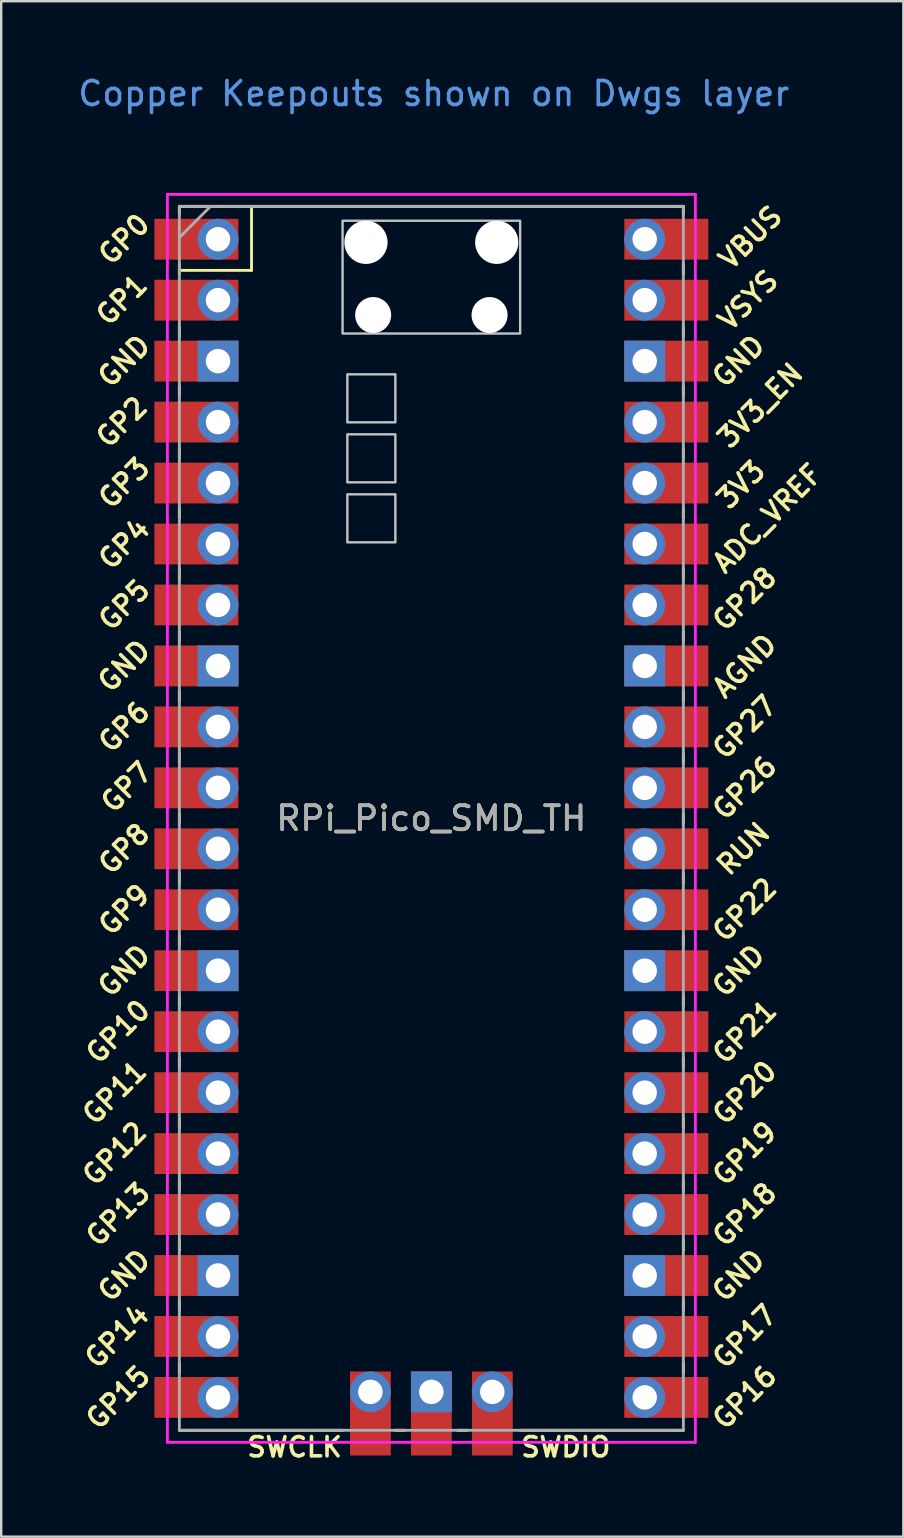
<source format=kicad_pcb>
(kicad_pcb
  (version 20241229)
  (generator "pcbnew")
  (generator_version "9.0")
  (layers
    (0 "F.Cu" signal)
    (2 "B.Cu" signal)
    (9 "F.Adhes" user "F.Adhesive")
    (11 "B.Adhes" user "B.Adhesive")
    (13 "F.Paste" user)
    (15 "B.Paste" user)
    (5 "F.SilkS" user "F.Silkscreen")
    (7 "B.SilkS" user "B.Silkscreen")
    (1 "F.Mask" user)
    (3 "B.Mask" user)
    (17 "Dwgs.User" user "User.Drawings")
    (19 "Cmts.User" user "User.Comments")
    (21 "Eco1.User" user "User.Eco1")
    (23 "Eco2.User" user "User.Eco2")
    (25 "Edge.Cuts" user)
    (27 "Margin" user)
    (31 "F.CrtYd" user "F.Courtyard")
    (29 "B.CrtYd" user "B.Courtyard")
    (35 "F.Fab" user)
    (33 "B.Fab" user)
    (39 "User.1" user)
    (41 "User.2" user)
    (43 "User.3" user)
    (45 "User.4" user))
  (footprint "RPi_Pico_SMD_TH"
    (layer "F.Cu")
    (at 14.924 31.048)
    (property "Reference" "RPi_Pico_SMD_TH" (at 0 0 0) (layer "F.SilkS") (effects (font (size 1 1) (thickness 0.15))))
    (attr through_hole)
    (fp_line (start -10.5 -25.5) (end -10.5 -25.2) (stroke (width 0.12) (type solid)) (layer "F.SilkS"))
    (fp_line (start -10.5 -25.5) (end 10.5 -25.5) (stroke (width 0.12) (type solid)) (layer "F.SilkS"))
    (fp_line (start -10.5 -23.1) (end -10.5 -22.7) (stroke (width 0.12) (type solid)) (layer "F.SilkS"))
    (fp_line (start -10.5 -22.833) (end -7.493 -22.833) (stroke (width 0.12) (type solid)) (layer "F.SilkS"))
    (fp_line (start -10.5 -20.5) (end -10.5 -20.1) (stroke (width 0.12) (type solid)) (layer "F.SilkS"))
    (fp_line (start -10.5 -18) (end -10.5 -17.6) (stroke (width 0.12) (type solid)) (layer "F.SilkS"))
    (fp_line (start -10.5 -15.4) (end -10.5 -15) (stroke (width 0.12) (type solid)) (layer "F.SilkS"))
    (fp_line (start -10.5 -12.9) (end -10.5 -12.5) (stroke (width 0.12) (type solid)) (layer "F.SilkS"))
    (fp_line (start -10.5 -10.4) (end -10.5 -10) (stroke (width 0.12) (type solid)) (layer "F.SilkS"))
    (fp_line (start -10.5 -7.8) (end -10.5 -7.4) (stroke (width 0.12) (type solid)) (layer "F.SilkS"))
    (fp_line (start -10.5 -5.3) (end -10.5 -4.9) (stroke (width 0.12) (type solid)) (layer "F.SilkS"))
    (fp_line (start -10.5 -2.7) (end -10.5 -2.3) (stroke (width 0.12) (type solid)) (layer "F.SilkS"))
    (fp_line (start -10.5 -0.2) (end -10.5 0.2) (stroke (width 0.12) (type solid)) (layer "F.SilkS"))
    (fp_line (start -10.5 2.3) (end -10.5 2.7) (stroke (width 0.12) (type solid)) (layer "F.SilkS"))
    (fp_line (start -10.5 4.9) (end -10.5 5.3) (stroke (width 0.12) (type solid)) (layer "F.SilkS"))
    (fp_line (start -10.5 7.4) (end -10.5 7.8) (stroke (width 0.12) (type solid)) (layer "F.SilkS"))
    (fp_line (start -10.5 10) (end -10.5 10.4) (stroke (width 0.12) (type solid)) (layer "F.SilkS"))
    (fp_line (start -10.5 12.5) (end -10.5 12.9) (stroke (width 0.12) (type solid)) (layer "F.SilkS"))
    (fp_line (start -10.5 15.1) (end -10.5 15.5) (stroke (width 0.12) (type solid)) (layer "F.SilkS"))
    (fp_line (start -10.5 17.6) (end -10.5 18) (stroke (width 0.12) (type solid)) (layer "F.SilkS"))
    (fp_line (start -10.5 20.1) (end -10.5 20.5) (stroke (width 0.12) (type solid)) (layer "F.SilkS"))
    (fp_line (start -10.5 22.7) (end -10.5 23.1) (stroke (width 0.12) (type solid)) (layer "F.SilkS"))
    (fp_line (start -7.493 -22.833) (end -7.493 -25.5) (stroke (width 0.12) (type solid)) (layer "F.SilkS"))
    (fp_line (start -3.7 25.5) (end -10.5 25.5) (stroke (width 0.12) (type solid)) (layer "F.SilkS"))
    (fp_line (start -1.5 25.5) (end -1.1 25.5) (stroke (width 0.12) (type solid)) (layer "F.SilkS"))
    (fp_line (start 1.1 25.5) (end 1.5 25.5) (stroke (width 0.12) (type solid)) (layer "F.SilkS"))
    (fp_line (start 10.5 -25.5) (end 10.5 -25.2) (stroke (width 0.12) (type solid)) (layer "F.SilkS"))
    (fp_line (start 10.5 -23.1) (end 10.5 -22.7) (stroke (width 0.12) (type solid)) (layer "F.SilkS"))
    (fp_line (start 10.5 -20.5) (end 10.5 -20.1) (stroke (width 0.12) (type solid)) (layer "F.SilkS"))
    (fp_line (start 10.5 -18) (end 10.5 -17.6) (stroke (width 0.12) (type solid)) (layer "F.SilkS"))
    (fp_line (start 10.5 -15.4) (end 10.5 -15) (stroke (width 0.12) (type solid)) (layer "F.SilkS"))
    (fp_line (start 10.5 -12.9) (end 10.5 -12.5) (stroke (width 0.12) (type solid)) (layer "F.SilkS"))
    (fp_line (start 10.5 -10.4) (end 10.5 -10) (stroke (width 0.12) (type solid)) (layer "F.SilkS"))
    (fp_line (start 10.5 -7.8) (end 10.5 -7.4) (stroke (width 0.12) (type solid)) (layer "F.SilkS"))
    (fp_line (start 10.5 -5.3) (end 10.5 -4.9) (stroke (width 0.12) (type solid)) (layer "F.SilkS"))
    (fp_line (start 10.5 -2.7) (end 10.5 -2.3) (stroke (width 0.12) (type solid)) (layer "F.SilkS"))
    (fp_line (start 10.5 -0.2) (end 10.5 0.2) (stroke (width 0.12) (type solid)) (layer "F.SilkS"))
    (fp_line (start 10.5 2.3) (end 10.5 2.7) (stroke (width 0.12) (type solid)) (layer "F.SilkS"))
    (fp_line (start 10.5 4.9) (end 10.5 5.3) (stroke (width 0.12) (type solid)) (layer "F.SilkS"))
    (fp_line (start 10.5 7.4) (end 10.5 7.8) (stroke (width 0.12) (type solid)) (layer "F.SilkS"))
    (fp_line (start 10.5 10) (end 10.5 10.4) (stroke (width 0.12) (type solid)) (layer "F.SilkS"))
    (fp_line (start 10.5 12.5) (end 10.5 12.9) (stroke (width 0.12) (type solid)) (layer "F.SilkS"))
    (fp_line (start 10.5 15.1) (end 10.5 15.5) (stroke (width 0.12) (type solid)) (layer "F.SilkS"))
    (fp_line (start 10.5 17.6) (end 10.5 18) (stroke (width 0.12) (type solid)) (layer "F.SilkS"))
    (fp_line (start 10.5 20.1) (end 10.5 20.5) (stroke (width 0.12) (type solid)) (layer "F.SilkS"))
    (fp_line (start 10.5 22.7) (end 10.5 23.1) (stroke (width 0.12) (type solid)) (layer "F.SilkS"))
    (fp_line (start 10.5 25.5) (end 3.7 25.5) (stroke (width 0.12) (type solid)) (layer "F.SilkS"))
    (fp_poly (pts (xy -1.5 -16.5) (xy -3.5 -16.5) (xy -3.5 -18.5) (xy -1.5 -18.5)) (stroke (width 0.1) (type solid)) (fill no) (layer "Dwgs.User"))
    (fp_poly (pts (xy -1.5 -14) (xy -3.5 -14) (xy -3.5 -16) (xy -1.5 -16)) (stroke (width 0.1) (type solid)) (fill no) (layer "Dwgs.User"))
    (fp_poly (pts (xy -1.5 -11.5) (xy -3.5 -11.5) (xy -3.5 -13.5) (xy -1.5 -13.5)) (stroke (width 0.1) (type solid)) (fill no) (layer "Dwgs.User"))
    (fp_poly (pts (xy 3.7 -20.2) (xy -3.7 -20.2) (xy -3.7 -24.9) (xy 3.7 -24.9)) (stroke (width 0.1) (type solid)) (fill no) (layer "Dwgs.User"))
    (fp_line (start -11 -26) (end 11 -26) (stroke (width 0.12) (type solid)) (layer "F.CrtYd"))
    (fp_line (start -11 26) (end -11 -26) (stroke (width 0.12) (type solid)) (layer "F.CrtYd"))
    (fp_line (start 11 -26) (end 11 26) (stroke (width 0.12) (type solid)) (layer "F.CrtYd"))
    (fp_line (start 11 26) (end -11 26) (stroke (width 0.12) (type solid)) (layer "F.CrtYd"))
    (fp_line (start -10.5 -25.5) (end 10.5 -25.5) (stroke (width 0.12) (type solid)) (layer "F.Fab"))
    (fp_line (start -10.5 -24.2) (end -9.2 -25.5) (stroke (width 0.12) (type solid)) (layer "F.Fab"))
    (fp_line (start -10.5 25.5) (end -10.5 -25.5) (stroke (width 0.12) (type solid)) (layer "F.Fab"))
    (fp_line (start 10.5 -25.5) (end 10.5 25.5) (stroke (width 0.12) (type solid)) (layer "F.Fab"))
    (fp_line (start 10.5 25.5) (end -10.5 25.5) (stroke (width 0.12) (type solid)) (layer "F.Fab"))
    (fp_text user "GND" (at -12.8 6.35 45) (layer "F.SilkS") (effects (font (size 0.8 0.8) (thickness 0.15))))
    (fp_text user "GP0" (at -12.8 -24.13 45) (layer "F.SilkS") (effects (font (size 0.8 0.8) (thickness 0.15))))
    (fp_text user "GP19" (at 13.054 13.97 45) (layer "F.SilkS") (effects (font (size 0.8 0.8) (thickness 0.15))))
    (fp_text user "GP10" (at -13.054 8.89 45) (layer "F.SilkS") (effects (font (size 0.8 0.8) (thickness 0.15))))
    (fp_text user "GP20" (at 13.054 11.43 45) (layer "F.SilkS") (effects (font (size 0.8 0.8) (thickness 0.15))))
    (fp_text user "GP15" (at -13.054 24.13 45) (layer "F.SilkS") (effects (font (size 0.8 0.8) (thickness 0.15))))
    (fp_text user "VSYS" (at 13.2 -21.59 45) (layer "F.SilkS") (effects (font (size 0.8 0.8) (thickness 0.15))))
    (fp_text user "GND" (at -12.8 -19.05 45) (layer "F.SilkS") (effects (font (size 0.8 0.8) (thickness 0.15))))
    (fp_text user "3V3" (at 12.9 -13.9 45) (layer "F.SilkS") (effects (font (size 0.8 0.8) (thickness 0.15))))
    (fp_text user "3V3_EN" (at 13.7 -17.2 45) (layer "F.SilkS") (effects (font (size 0.8 0.8) (thickness 0.15))))
    (fp_text user "GP3" (at -12.8 -13.97 45) (layer "F.SilkS") (effects (font (size 0.8 0.8) (thickness 0.15))))
    (fp_text user "GP12" (at -13.2 13.97 45) (layer "F.SilkS") (effects (font (size 0.8 0.8) (thickness 0.15))))
    (fp_text user "GP9" (at -12.8 3.81 45) (layer "F.SilkS") (effects (font (size 0.8 0.8) (thickness 0.15))))
    (fp_text user "GP21" (at 13.054 8.9 45) (layer "F.SilkS") (effects (font (size 0.8 0.8) (thickness 0.15))))
    (fp_text user "GP17" (at 13.054 21.59 45) (layer "F.SilkS") (effects (font (size 0.8 0.8) (thickness 0.15))))
    (fp_text user "GP2" (at -12.9 -16.51 45) (layer "F.SilkS") (effects (font (size 0.8 0.8) (thickness 0.15))))
    (fp_text user "GP16" (at 13.054 24.13 45) (layer "F.SilkS") (effects (font (size 0.8 0.8) (thickness 0.15))))
    (fp_text user "GP18" (at 13.054 16.51 45) (layer "F.SilkS") (effects (font (size 0.8 0.8) (thickness 0.15))))
    (fp_text user "GP7" (at -12.7 -1.3 45) (layer "F.SilkS") (effects (font (size 0.8 0.8) (thickness 0.15))))
    (fp_text user "GND" (at 12.8 6.35 45) (layer "F.SilkS") (effects (font (size 0.8 0.8) (thickness 0.15))))
    (fp_text user "GP27" (at 13.054 -3.8 45) (layer "F.SilkS") (effects (font (size 0.8 0.8) (thickness 0.15))))
    (fp_text user "GP13" (at -13.054 16.51 45) (layer "F.SilkS") (effects (font (size 0.8 0.8) (thickness 0.15))))
    (fp_text user "GP14" (at -13.1 21.59 45) (layer "F.SilkS") (effects (font (size 0.8 0.8) (thickness 0.15))))
    (fp_text user "GP1" (at -12.9 -21.6 45) (layer "F.SilkS") (effects (font (size 0.8 0.8) (thickness 0.15))))
    (fp_text user "GP5" (at -12.8 -8.89 45) (layer "F.SilkS") (effects (font (size 0.8 0.8) (thickness 0.15))))
    (fp_text user "GP28" (at 13.054 -9.144 45) (layer "F.SilkS") (effects (font (size 0.8 0.8) (thickness 0.15))))
    (fp_text user "GND" (at 12.8 -19.05 45) (layer "F.SilkS") (effects (font (size 0.8 0.8) (thickness 0.15))))
    (fp_text user "GP11" (at -13.2 11.43 45) (layer "F.SilkS") (effects (font (size 0.8 0.8) (thickness 0.15))))
    (fp_text user "RUN" (at 13 1.27 45) (layer "F.SilkS") (effects (font (size 0.8 0.8) (thickness 0.15))))
    (fp_text user "GP6" (at -12.8 -3.81 45) (layer "F.SilkS") (effects (font (size 0.8 0.8) (thickness 0.15))))
    (fp_text user "GP4" (at -12.8 -11.43 45) (layer "F.SilkS") (effects (font (size 0.8 0.8) (thickness 0.15))))
    (fp_text user "GP8" (at -12.8 1.27 45) (layer "F.SilkS") (effects (font (size 0.8 0.8) (thickness 0.15))))
    (fp_text user "VBUS" (at 13.3 -24.2 45) (layer "F.SilkS") (effects (font (size 0.8 0.8) (thickness 0.15))))
    (fp_text user "GND" (at 12.8 19.05 45) (layer "F.SilkS") (effects (font (size 0.8 0.8) (thickness 0.15))))
    (fp_text user "ADC_VREF" (at 14 -12.5 45) (layer "F.SilkS") (effects (font (size 0.8 0.8) (thickness 0.15))))
    (fp_text user "SWDIO" (at 5.6 26.2 0) (layer "F.SilkS") (effects (font (size 0.8 0.8) (thickness 0.15))))
    (fp_text user "SWCLK" (at -5.7 26.2 0) (layer "F.SilkS") (effects (font (size 0.8 0.8) (thickness 0.15))))
    (fp_text user "GND" (at -12.8 -6.35 45) (layer "F.SilkS") (effects (font (size 0.8 0.8) (thickness 0.15))))
    (fp_text user "GP22" (at 13.054 3.81 45) (layer "F.SilkS") (effects (font (size 0.8 0.8) (thickness 0.15))))
    (fp_text user "GP26" (at 13.054 -1.27 45) (layer "F.SilkS") (effects (font (size 0.8 0.8) (thickness 0.15))))
    (fp_text user "GND" (at -12.8 19.05 45) (layer "F.SilkS") (effects (font (size 0.8 0.8) (thickness 0.15))))
    (fp_text user "AGND" (at 13.054 -6.35 45) (layer "F.SilkS") (effects (font (size 0.8 0.8) (thickness 0.15))))
    (fp_text user "Copper Keepouts shown on Dwgs layer" (at 0.1 -30.2 0) (layer "Cmts.User") (effects (font (size 1 1) (thickness 0.15))))
    (fp_text user "${REFERENCE}" (at 0 0 180) (layer "F.Fab") (effects (font (size 1 1) (thickness 0.15))))
    (pad "" np_thru_hole oval (at -2.725 -24) (size 1.8 1.8) (drill 1.8) (layers "*.Cu" "*.Mask"))
    (pad "" np_thru_hole oval (at -2.425 -20.97) (size 1.5 1.5) (drill 1.5) (layers "*.Cu" "*.Mask"))
    (pad "" np_thru_hole oval (at 2.425 -20.97) (size 1.5 1.5) (drill 1.5) (layers "*.Cu" "*.Mask"))
    (pad "" np_thru_hole oval (at 2.725 -24) (size 1.8 1.8) (drill 1.8) (layers "*.Cu" "*.Mask"))
    (pad "1" thru_hole oval (at -8.89 -24.13) (size 1.7 1.7) (drill 1.02) (layers "*.Cu" "*.Mask"))
    (pad "1" smd rect (at -8.89 -24.13) (size 3.5 1.7) (drill (offset -0.9 0)) (layers "F.Cu" "F.Mask"))
    (pad "2" thru_hole oval (at -8.89 -21.59) (size 1.7 1.7) (drill 1.02) (layers "*.Cu" "*.Mask"))
    (pad "2" smd rect (at -8.89 -21.59) (size 3.5 1.7) (drill (offset -0.9 0)) (layers "F.Cu" "F.Mask"))
    (pad "3" thru_hole rect (at -8.89 -19.05) (size 1.7 1.7) (drill 1.02) (layers "*.Cu" "*.Mask"))
    (pad "3" smd rect (at -8.89 -19.05) (size 3.5 1.7) (drill (offset -0.9 0)) (layers "F.Cu" "F.Mask"))
    (pad "4" thru_hole oval (at -8.89 -16.51) (size 1.7 1.7) (drill 1.02) (layers "*.Cu" "*.Mask"))
    (pad "4" smd rect (at -8.89 -16.51) (size 3.5 1.7) (drill (offset -0.9 0)) (layers "F.Cu" "F.Mask"))
    (pad "5" thru_hole oval (at -8.89 -13.97) (size 1.7 1.7) (drill 1.02) (layers "*.Cu" "*.Mask"))
    (pad "5" smd rect (at -8.89 -13.97) (size 3.5 1.7) (drill (offset -0.9 0)) (layers "F.Cu" "F.Mask"))
    (pad "6" thru_hole oval (at -8.89 -11.43) (size 1.7 1.7) (drill 1.02) (layers "*.Cu" "*.Mask"))
    (pad "6" smd rect (at -8.89 -11.43) (size 3.5 1.7) (drill (offset -0.9 0)) (layers "F.Cu" "F.Mask"))
    (pad "7" thru_hole oval (at -8.89 -8.89) (size 1.7 1.7) (drill 1.02) (layers "*.Cu" "*.Mask"))
    (pad "7" smd rect (at -8.89 -8.89) (size 3.5 1.7) (drill (offset -0.9 0)) (layers "F.Cu" "F.Mask"))
    (pad "8" thru_hole rect (at -8.89 -6.35) (size 1.7 1.7) (drill 1.02) (layers "*.Cu" "*.Mask"))
    (pad "8" smd rect (at -8.89 -6.35) (size 3.5 1.7) (drill (offset -0.9 0)) (layers "F.Cu" "F.Mask"))
    (pad "9" thru_hole oval (at -8.89 -3.81) (size 1.7 1.7) (drill 1.02) (layers "*.Cu" "*.Mask"))
    (pad "9" smd rect (at -8.89 -3.81) (size 3.5 1.7) (drill (offset -0.9 0)) (layers "F.Cu" "F.Mask"))
    (pad "10" thru_hole oval (at -8.89 -1.27) (size 1.7 1.7) (drill 1.02) (layers "*.Cu" "*.Mask"))
    (pad "10" smd rect (at -8.89 -1.27) (size 3.5 1.7) (drill (offset -0.9 0)) (layers "F.Cu" "F.Mask"))
    (pad "11" thru_hole oval (at -8.89 1.27) (size 1.7 1.7) (drill 1.02) (layers "*.Cu" "*.Mask"))
    (pad "11" smd rect (at -8.89 1.27) (size 3.5 1.7) (drill (offset -0.9 0)) (layers "F.Cu" "F.Mask"))
    (pad "12" thru_hole oval (at -8.89 3.81) (size 1.7 1.7) (drill 1.02) (layers "*.Cu" "*.Mask"))
    (pad "12" smd rect (at -8.89 3.81) (size 3.5 1.7) (drill (offset -0.9 0)) (layers "F.Cu" "F.Mask"))
    (pad "13" thru_hole rect (at -8.89 6.35) (size 1.7 1.7) (drill 1.02) (layers "*.Cu" "*.Mask"))
    (pad "13" smd rect (at -8.89 6.35) (size 3.5 1.7) (drill (offset -0.9 0)) (layers "F.Cu" "F.Mask"))
    (pad "14" thru_hole oval (at -8.89 8.89) (size 1.7 1.7) (drill 1.02) (layers "*.Cu" "*.Mask"))
    (pad "14" smd rect (at -8.89 8.89) (size 3.5 1.7) (drill (offset -0.9 0)) (layers "F.Cu" "F.Mask"))
    (pad "15" thru_hole oval (at -8.89 11.43) (size 1.7 1.7) (drill 1.02) (layers "*.Cu" "*.Mask"))
    (pad "15" smd rect (at -8.89 11.43) (size 3.5 1.7) (drill (offset -0.9 0)) (layers "F.Cu" "F.Mask"))
    (pad "16" thru_hole oval (at -8.89 13.97) (size 1.7 1.7) (drill 1.02) (layers "*.Cu" "*.Mask"))
    (pad "16" smd rect (at -8.89 13.97) (size 3.5 1.7) (drill (offset -0.9 0)) (layers "F.Cu" "F.Mask"))
    (pad "17" thru_hole oval (at -8.89 16.51) (size 1.7 1.7) (drill 1.02) (layers "*.Cu" "*.Mask"))
    (pad "17" smd rect (at -8.89 16.51) (size 3.5 1.7) (drill (offset -0.9 0)) (layers "F.Cu" "F.Mask"))
    (pad "18" thru_hole rect (at -8.89 19.05) (size 1.7 1.7) (drill 1.02) (layers "*.Cu" "*.Mask"))
    (pad "18" smd rect (at -8.89 19.05) (size 3.5 1.7) (drill (offset -0.9 0)) (layers "F.Cu" "F.Mask"))
    (pad "19" thru_hole oval (at -8.89 21.59) (size 1.7 1.7) (drill 1.02) (layers "*.Cu" "*.Mask"))
    (pad "19" smd rect (at -8.89 21.59) (size 3.5 1.7) (drill (offset -0.9 0)) (layers "F.Cu" "F.Mask"))
    (pad "20" thru_hole oval (at -8.89 24.13) (size 1.7 1.7) (drill 1.02) (layers "*.Cu" "*.Mask"))
    (pad "20" smd rect (at -8.89 24.13) (size 3.5 1.7) (drill (offset -0.9 0)) (layers "F.Cu" "F.Mask"))
    (pad "21" thru_hole oval (at 8.89 24.13) (size 1.7 1.7) (drill 1.02) (layers "*.Cu" "*.Mask"))
    (pad "21" smd rect (at 8.89 24.13) (size 3.5 1.7) (drill (offset 0.9 0)) (layers "F.Cu" "F.Mask"))
    (pad "22" thru_hole oval (at 8.89 21.59) (size 1.7 1.7) (drill 1.02) (layers "*.Cu" "*.Mask"))
    (pad "22" smd rect (at 8.89 21.59) (size 3.5 1.7) (drill (offset 0.9 0)) (layers "F.Cu" "F.Mask"))
    (pad "23" thru_hole rect (at 8.89 19.05) (size 1.7 1.7) (drill 1.02) (layers "*.Cu" "*.Mask"))
    (pad "23" smd rect (at 8.89 19.05) (size 3.5 1.7) (drill (offset 0.9 0)) (layers "F.Cu" "F.Mask"))
    (pad "24" thru_hole oval (at 8.89 16.51) (size 1.7 1.7) (drill 1.02) (layers "*.Cu" "*.Mask"))
    (pad "24" smd rect (at 8.89 16.51) (size 3.5 1.7) (drill (offset 0.9 0)) (layers "F.Cu" "F.Mask"))
    (pad "25" thru_hole oval (at 8.89 13.97) (size 1.7 1.7) (drill 1.02) (layers "*.Cu" "*.Mask"))
    (pad "25" smd rect (at 8.89 13.97) (size 3.5 1.7) (drill (offset 0.9 0)) (layers "F.Cu" "F.Mask"))
    (pad "26" thru_hole oval (at 8.89 11.43) (size 1.7 1.7) (drill 1.02) (layers "*.Cu" "*.Mask"))
    (pad "26" smd rect (at 8.89 11.43) (size 3.5 1.7) (drill (offset 0.9 0)) (layers "F.Cu" "F.Mask"))
    (pad "27" thru_hole oval (at 8.89 8.89) (size 1.7 1.7) (drill 1.02) (layers "*.Cu" "*.Mask"))
    (pad "27" smd rect (at 8.89 8.89) (size 3.5 1.7) (drill (offset 0.9 0)) (layers "F.Cu" "F.Mask"))
    (pad "28" thru_hole rect (at 8.89 6.35) (size 1.7 1.7) (drill 1.02) (layers "*.Cu" "*.Mask"))
    (pad "28" smd rect (at 8.89 6.35) (size 3.5 1.7) (drill (offset 0.9 0)) (layers "F.Cu" "F.Mask"))
    (pad "29" thru_hole oval (at 8.89 3.81) (size 1.7 1.7) (drill 1.02) (layers "*.Cu" "*.Mask"))
    (pad "29" smd rect (at 8.89 3.81) (size 3.5 1.7) (drill (offset 0.9 0)) (layers "F.Cu" "F.Mask"))
    (pad "30" thru_hole oval (at 8.89 1.27) (size 1.7 1.7) (drill 1.02) (layers "*.Cu" "*.Mask"))
    (pad "30" smd rect (at 8.89 1.27) (size 3.5 1.7) (drill (offset 0.9 0)) (layers "F.Cu" "F.Mask"))
    (pad "31" thru_hole oval (at 8.89 -1.27) (size 1.7 1.7) (drill 1.02) (layers "*.Cu" "*.Mask"))
    (pad "31" smd rect (at 8.89 -1.27) (size 3.5 1.7) (drill (offset 0.9 0)) (layers "F.Cu" "F.Mask"))
    (pad "32" thru_hole oval (at 8.89 -3.81) (size 1.7 1.7) (drill 1.02) (layers "*.Cu" "*.Mask"))
    (pad "32" smd rect (at 8.89 -3.81) (size 3.5 1.7) (drill (offset 0.9 0)) (layers "F.Cu" "F.Mask"))
    (pad "33" thru_hole rect (at 8.89 -6.35) (size 1.7 1.7) (drill 1.02) (layers "*.Cu" "*.Mask"))
    (pad "33" smd rect (at 8.89 -6.35) (size 3.5 1.7) (drill (offset 0.9 0)) (layers "F.Cu" "F.Mask"))
    (pad "34" thru_hole oval (at 8.89 -8.89) (size 1.7 1.7) (drill 1.02) (layers "*.Cu" "*.Mask"))
    (pad "34" smd rect (at 8.89 -8.89) (size 3.5 1.7) (drill (offset 0.9 0)) (layers "F.Cu" "F.Mask"))
    (pad "35" thru_hole oval (at 8.89 -11.43) (size 1.7 1.7) (drill 1.02) (layers "*.Cu" "*.Mask"))
    (pad "35" smd rect (at 8.89 -11.43) (size 3.5 1.7) (drill (offset 0.9 0)) (layers "F.Cu" "F.Mask"))
    (pad "36" thru_hole oval (at 8.89 -13.97) (size 1.7 1.7) (drill 1.02) (layers "*.Cu" "*.Mask"))
    (pad "36" smd rect (at 8.89 -13.97) (size 3.5 1.7) (drill (offset 0.9 0)) (layers "F.Cu" "F.Mask"))
    (pad "37" thru_hole oval (at 8.89 -16.51) (size 1.7 1.7) (drill 1.02) (layers "*.Cu" "*.Mask"))
    (pad "37" smd rect (at 8.89 -16.51) (size 3.5 1.7) (drill (offset 0.9 0)) (layers "F.Cu" "F.Mask"))
    (pad "38" thru_hole rect (at 8.89 -19.05) (size 1.7 1.7) (drill 1.02) (layers "*.Cu" "*.Mask"))
    (pad "38" smd rect (at 8.89 -19.05) (size 3.5 1.7) (drill (offset 0.9 0)) (layers "F.Cu" "F.Mask"))
    (pad "39" thru_hole oval (at 8.89 -21.59) (size 1.7 1.7) (drill 1.02) (layers "*.Cu" "*.Mask"))
    (pad "39" smd rect (at 8.89 -21.59) (size 3.5 1.7) (drill (offset 0.9 0)) (layers "F.Cu" "F.Mask"))
    (pad "40" thru_hole oval (at 8.89 -24.13) (size 1.7 1.7) (drill 1.02) (layers "*.Cu" "*.Mask"))
    (pad "40" smd rect (at 8.89 -24.13) (size 3.5 1.7) (drill (offset 0.9 0)) (layers "F.Cu" "F.Mask"))
    (pad "41" thru_hole oval (at -2.54 23.9) (size 1.7 1.7) (drill 1.02) (layers "*.Cu" "*.Mask"))
    (pad "41" smd rect (at -2.54 23.9 90) (size 3.5 1.7) (drill (offset -0.9 0)) (layers "F.Cu" "F.Mask"))
    (pad "42" thru_hole rect (at 0 23.9) (size 1.7 1.7) (drill 1.02) (layers "*.Cu" "*.Mask"))
    (pad "42" smd rect (at 0 23.9 90) (size 3.5 1.7) (drill (offset -0.9 0)) (layers "F.Cu" "F.Mask"))
    (pad "43" thru_hole oval (at 2.54 23.9) (size 1.7 1.7) (drill 1.02) (layers "*.Cu" "*.Mask"))
    (pad "43" smd rect (at 2.54 23.9 90) (size 3.5 1.7) (drill (offset -0.9 0)) (layers "F.Cu" "F.Mask")))
  (gr_rect
    (start -3 -3)
    (end 34.591 60.98)
    (stroke (width 0.1) (type default))
    (fill no)
    (layer "Edge.Cuts")))
</source>
